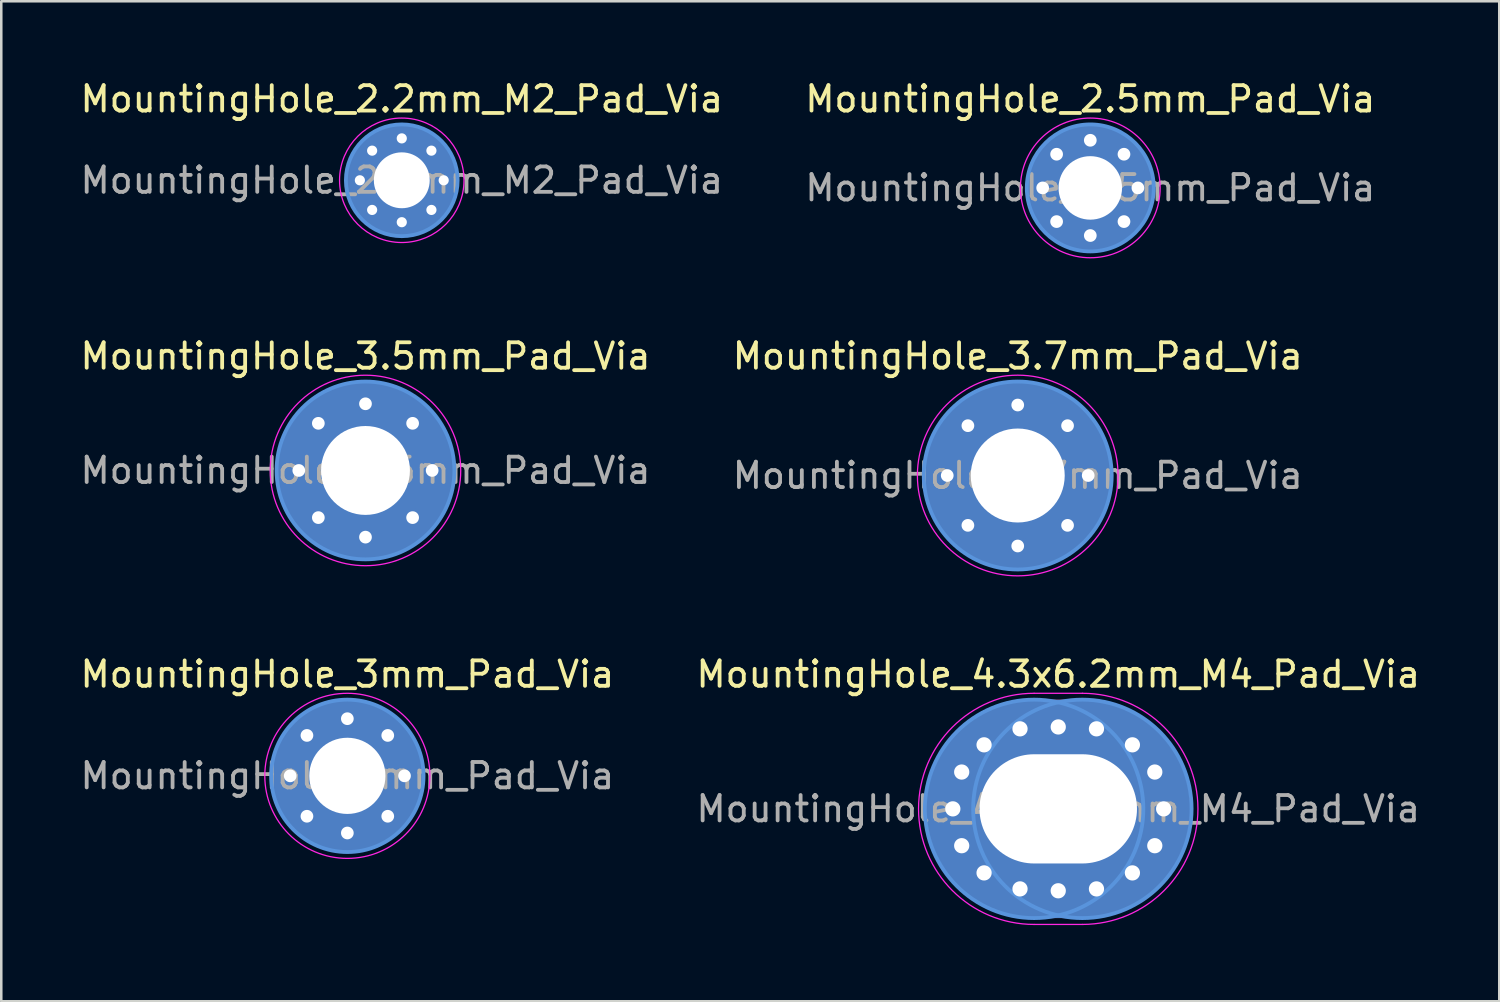
<source format=kicad_pcb>
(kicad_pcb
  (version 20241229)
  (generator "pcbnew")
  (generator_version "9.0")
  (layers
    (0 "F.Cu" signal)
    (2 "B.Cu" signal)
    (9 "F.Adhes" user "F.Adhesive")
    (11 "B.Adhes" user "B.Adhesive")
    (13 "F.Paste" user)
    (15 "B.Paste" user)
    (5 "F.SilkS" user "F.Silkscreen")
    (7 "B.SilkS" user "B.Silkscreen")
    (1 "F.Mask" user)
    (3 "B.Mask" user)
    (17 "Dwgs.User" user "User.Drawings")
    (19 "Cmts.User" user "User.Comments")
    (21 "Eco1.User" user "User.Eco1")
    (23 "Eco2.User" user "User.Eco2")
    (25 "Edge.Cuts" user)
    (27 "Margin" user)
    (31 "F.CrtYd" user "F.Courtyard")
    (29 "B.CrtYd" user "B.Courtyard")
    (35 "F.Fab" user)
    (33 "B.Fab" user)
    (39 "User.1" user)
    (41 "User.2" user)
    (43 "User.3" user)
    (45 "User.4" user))
  (footprint "MountingHole_3.5mm_Pad_Via"
    (layer "F.Cu")
    (at 11.339 15.472)
    (property "Reference" "MountingHole_3.5mm_Pad_Via" (at 0 -4.5 0) (layer "F.SilkS") (effects (font (size 1 1) (thickness 0.15))))
    (property "Mouser link" "" (at 0 0 0) (layer "F.Fab") (effects (font (size 1.27 1.27) (thickness 0.15))))
    (property "Mouser Part no." "" (at 0 0 0) (layer "F.Fab") (effects (font (size 1.27 1.27) (thickness 0.15))))
    (attr exclude_from_pos_files exclude_from_bom)
    (fp_circle (center 0 0) (end 3.5 0) (stroke (width 0.15) (type solid)) (fill no) (layer "Cmts.User"))
    (fp_circle (center 0 0) (end 3.75 0) (stroke (width 0.05) (type solid)) (fill no) (layer "F.CrtYd"))
    (fp_text user "${REFERENCE}" (at 0 0 0) (layer "F.Fab") (effects (font (size 1 1) (thickness 0.15))))
    (pad "1" thru_hole circle (at -2.625 0) (size 0.8 0.8) (drill 0.5) (layers "*.Cu" "*.Mask"))
    (pad "1" thru_hole circle (at -1.856 -1.856) (size 0.8 0.8) (drill 0.5) (layers "*.Cu" "*.Mask"))
    (pad "1" thru_hole circle (at -1.856 1.856) (size 0.8 0.8) (drill 0.5) (layers "*.Cu" "*.Mask"))
    (pad "1" thru_hole circle (at 0 -2.625) (size 0.8 0.8) (drill 0.5) (layers "*.Cu" "*.Mask"))
    (pad "1" thru_hole circle (at 0 0) (size 7 7) (drill 3.5) (layers "*.Cu" "*.Mask"))
    (pad "1" thru_hole circle (at 0 2.625) (size 0.8 0.8) (drill 0.5) (layers "*.Cu" "*.Mask"))
    (pad "1" thru_hole circle (at 1.856 -1.856) (size 0.8 0.8) (drill 0.5) (layers "*.Cu" "*.Mask"))
    (pad "1" thru_hole circle (at 1.856 1.856) (size 0.8 0.8) (drill 0.5) (layers "*.Cu" "*.Mask"))
    (pad "1" thru_hole circle (at 2.625 0) (size 0.8 0.8) (drill 0.5) (layers "*.Cu" "*.Mask")))
  (footprint "MountingHole_2.2mm_M2_Pad_Via"
    (layer "F.Cu")
    (at 12.768 4.048)
    (property "Reference" "MountingHole_2.2mm_M2_Pad_Via" (at 0 -3.2 0) (layer "F.SilkS") (effects (font (size 1 1) (thickness 0.15))))
    (property "Mouser link" "" (at 0 0 0) (layer "F.Fab") (effects (font (size 1.27 1.27) (thickness 0.15))))
    (property "Mouser Part no." "" (at 0 0 0) (layer "F.Fab") (effects (font (size 1.27 1.27) (thickness 0.15))))
    (attr exclude_from_pos_files exclude_from_bom)
    (fp_circle (center 0 0) (end 2.2 0) (stroke (width 0.15) (type solid)) (fill no) (layer "Cmts.User"))
    (fp_circle (center 0 0) (end 2.45 0) (stroke (width 0.05) (type solid)) (fill no) (layer "F.CrtYd"))
    (fp_text user "${REFERENCE}" (at 0 0 0) (layer "F.Fab") (effects (font (size 1 1) (thickness 0.15))))
    (pad "1" thru_hole circle (at -1.65 0) (size 0.7 0.7) (drill 0.4) (layers "*.Cu" "*.Mask"))
    (pad "1" thru_hole circle (at -1.167 -1.167) (size 0.7 0.7) (drill 0.4) (layers "*.Cu" "*.Mask"))
    (pad "1" thru_hole circle (at -1.167 1.167) (size 0.7 0.7) (drill 0.4) (layers "*.Cu" "*.Mask"))
    (pad "1" thru_hole circle (at 0 -1.65) (size 0.7 0.7) (drill 0.4) (layers "*.Cu" "*.Mask"))
    (pad "1" thru_hole circle (at 0 0) (size 4.4 4.4) (drill 2.2) (layers "*.Cu" "*.Mask"))
    (pad "1" thru_hole circle (at 0 1.65) (size 0.7 0.7) (drill 0.4) (layers "*.Cu" "*.Mask"))
    (pad "1" thru_hole circle (at 1.167 -1.167) (size 0.7 0.7) (drill 0.4) (layers "*.Cu" "*.Mask"))
    (pad "1" thru_hole circle (at 1.167 1.167) (size 0.7 0.7) (drill 0.4) (layers "*.Cu" "*.Mask"))
    (pad "1" thru_hole circle (at 1.65 0) (size 0.7 0.7) (drill 0.4) (layers "*.Cu" "*.Mask")))
  (footprint "MountingHole_4.3x6.2mm_M4_Pad_Via"
    (layer "F.Cu")
    (at 38.613 28.795)
    (property "Reference" "MountingHole_4.3x6.2mm_M4_Pad_Via" (at 0 -5.3 0) (layer "F.SilkS") (effects (font (size 1 1) (thickness 0.15))))
    (property "Mouser link" "" (at 0 0 0) (layer "F.Fab") (effects (font (size 1.27 1.27) (thickness 0.15))))
    (property "Mouser Part no." "" (at 0 0 0) (layer "F.Fab") (effects (font (size 1.27 1.27) (thickness 0.15))))
    (attr exclude_from_pos_files exclude_from_bom)
    (fp_circle (center -0.95 0) (end 3.35 0) (stroke (width 0.15) (type solid)) (fill no) (layer "Cmts.User"))
    (fp_circle (center 0.95 0) (end 5.25 0) (stroke (width 0.15) (type solid)) (fill no) (layer "Cmts.User"))
    (fp_line (start -0.95 -4.55) (end 0.95 -4.55) (stroke (width 0.05) (type solid)) (layer "F.CrtYd"))
    (fp_line (start 0.95 4.55) (end -0.95 4.55) (stroke (width 0.05) (type solid)) (layer "F.CrtYd"))
    (fp_arc (start -0.95 4.55) (mid -5.5 0) (end -0.95 -4.55) (stroke (width 0.05) (type solid)) (layer "F.CrtYd"))
    (fp_arc (start 0.95 -4.55) (mid 5.5 0) (end 0.95 4.55) (stroke (width 0.05) (type solid)) (layer "F.CrtYd"))
    (fp_text user "${REFERENCE}" (at 0 0 0) (layer "F.Fab") (effects (font (size 1 1) (thickness 0.15))))
    (pad "1" thru_hole circle (at -4.15 0) (size 0.9 0.9) (drill 0.6) (layers "*.Cu" "*.Mask"))
    (pad "1" thru_hole circle (at -3.801 -1.45) (size 0.9 0.9) (drill 0.6) (layers "*.Cu" "*.Mask"))
    (pad "1" thru_hole circle (at -3.801 1.45) (size 0.9 0.9) (drill 0.6) (layers "*.Cu" "*.Mask"))
    (pad "1" thru_hole circle (at -2.92 -2.521) (size 0.9 0.9) (drill 0.6) (layers "*.Cu" "*.Mask"))
    (pad "1" thru_hole circle (at -2.92 2.521) (size 0.9 0.9) (drill 0.6) (layers "*.Cu" "*.Mask"))
    (pad "1" thru_hole circle (at -1.505 -3.151) (size 0.9 0.9) (drill 0.6) (layers "*.Cu" "*.Mask"))
    (pad "1" thru_hole circle (at -1.505 3.151) (size 0.9 0.9) (drill 0.6) (layers "*.Cu" "*.Mask"))
    (pad "1" thru_hole circle (at 0 -3.225) (size 0.9 0.9) (drill 0.6) (layers "*.Cu" "*.Mask"))
    (pad "1" thru_hole oval (at 0 0) (size 10.4 8.6) (drill oval 6.2 4.3) (layers "*.Cu" "*.Mask"))
    (pad "1" thru_hole circle (at 0 3.225) (size 0.9 0.9) (drill 0.6) (layers "*.Cu" "*.Mask"))
    (pad "1" thru_hole circle (at 1.505 -3.151) (size 0.9 0.9) (drill 0.6) (layers "*.Cu" "*.Mask"))
    (pad "1" thru_hole circle (at 1.505 3.151) (size 0.9 0.9) (drill 0.6) (layers "*.Cu" "*.Mask"))
    (pad "1" thru_hole circle (at 2.92 -2.521) (size 0.9 0.9) (drill 0.6) (layers "*.Cu" "*.Mask"))
    (pad "1" thru_hole circle (at 2.92 2.521) (size 0.9 0.9) (drill 0.6) (layers "*.Cu" "*.Mask"))
    (pad "1" thru_hole circle (at 3.801 -1.45) (size 0.9 0.9) (drill 0.6) (layers "*.Cu" "*.Mask"))
    (pad "1" thru_hole circle (at 3.801 1.45) (size 0.9 0.9) (drill 0.6) (layers "*.Cu" "*.Mask"))
    (pad "1" thru_hole circle (at 4.15 0) (size 0.9 0.9) (drill 0.6) (layers "*.Cu" "*.Mask")))
  (footprint "MountingHole_2.5mm_Pad_Via"
    (layer "F.Cu")
    (at 39.875 4.348)
    (property "Reference" "MountingHole_2.5mm_Pad_Via" (at 0 -3.5 0) (layer "F.SilkS") (effects (font (size 1 1) (thickness 0.15))))
    (property "Mouser link" "" (at 0 0 0) (layer "F.Fab") (effects (font (size 1.27 1.27) (thickness 0.15))))
    (property "Mouser Part no." "" (at 0 0 0) (layer "F.Fab") (effects (font (size 1.27 1.27) (thickness 0.15))))
    (attr exclude_from_pos_files exclude_from_bom)
    (fp_circle (center 0 0) (end 2.5 0) (stroke (width 0.15) (type solid)) (fill no) (layer "Cmts.User"))
    (fp_circle (center 0 0) (end 2.75 0) (stroke (width 0.05) (type solid)) (fill no) (layer "F.CrtYd"))
    (fp_text user "${REFERENCE}" (at 0 0 0) (layer "F.Fab") (effects (font (size 1 1) (thickness 0.15))))
    (pad "1" thru_hole circle (at -1.875 0) (size 0.8 0.8) (drill 0.5) (layers "*.Cu" "*.Mask"))
    (pad "1" thru_hole circle (at -1.326 -1.326) (size 0.8 0.8) (drill 0.5) (layers "*.Cu" "*.Mask"))
    (pad "1" thru_hole circle (at -1.326 1.326) (size 0.8 0.8) (drill 0.5) (layers "*.Cu" "*.Mask"))
    (pad "1" thru_hole circle (at 0 -1.875) (size 0.8 0.8) (drill 0.5) (layers "*.Cu" "*.Mask"))
    (pad "1" thru_hole circle (at 0 0) (size 5 5) (drill 2.5) (layers "*.Cu" "*.Mask"))
    (pad "1" thru_hole circle (at 0 1.875) (size 0.8 0.8) (drill 0.5) (layers "*.Cu" "*.Mask"))
    (pad "1" thru_hole circle (at 1.326 -1.326) (size 0.8 0.8) (drill 0.5) (layers "*.Cu" "*.Mask"))
    (pad "1" thru_hole circle (at 1.326 1.326) (size 0.8 0.8) (drill 0.5) (layers "*.Cu" "*.Mask"))
    (pad "1" thru_hole circle (at 1.875 0) (size 0.8 0.8) (drill 0.5) (layers "*.Cu" "*.Mask")))
  (footprint "MountingHole_3mm_Pad_Via"
    (layer "F.Cu")
    (at 10.625 27.495)
    (property "Reference" "MountingHole_3mm_Pad_Via" (at 0 -4 0) (layer "F.SilkS") (effects (font (size 1 1) (thickness 0.15))))
    (property "Mouser link" "" (at 0 0 0) (layer "F.Fab") (effects (font (size 1.27 1.27) (thickness 0.15))))
    (property "Mouser Part no." "" (at 0 0 0) (layer "F.Fab") (effects (font (size 1.27 1.27) (thickness 0.15))))
    (attr exclude_from_pos_files exclude_from_bom)
    (fp_circle (center 0 0) (end 3 0) (stroke (width 0.15) (type solid)) (fill no) (layer "Cmts.User"))
    (fp_circle (center 0 0) (end 3.25 0) (stroke (width 0.05) (type solid)) (fill no) (layer "F.CrtYd"))
    (fp_text user "${REFERENCE}" (at 0 0 0) (layer "F.Fab") (effects (font (size 1 1) (thickness 0.15))))
    (pad "1" thru_hole circle (at -2.25 0) (size 0.8 0.8) (drill 0.5) (layers "*.Cu" "*.Mask"))
    (pad "1" thru_hole circle (at -1.591 -1.591) (size 0.8 0.8) (drill 0.5) (layers "*.Cu" "*.Mask"))
    (pad "1" thru_hole circle (at -1.591 1.591) (size 0.8 0.8) (drill 0.5) (layers "*.Cu" "*.Mask"))
    (pad "1" thru_hole circle (at 0 -2.25) (size 0.8 0.8) (drill 0.5) (layers "*.Cu" "*.Mask"))
    (pad "1" thru_hole circle (at 0 0) (size 6 6) (drill 3) (layers "*.Cu" "*.Mask"))
    (pad "1" thru_hole circle (at 0 2.25) (size 0.8 0.8) (drill 0.5) (layers "*.Cu" "*.Mask"))
    (pad "1" thru_hole circle (at 1.591 -1.591) (size 0.8 0.8) (drill 0.5) (layers "*.Cu" "*.Mask"))
    (pad "1" thru_hole circle (at 1.591 1.591) (size 0.8 0.8) (drill 0.5) (layers "*.Cu" "*.Mask"))
    (pad "1" thru_hole circle (at 2.25 0) (size 0.8 0.8) (drill 0.5) (layers "*.Cu" "*.Mask")))
  (footprint "MountingHole_3.7mm_Pad_Via"
    (layer "F.Cu")
    (at 37.018 15.671)
    (property "Reference" "MountingHole_3.7mm_Pad_Via" (at 0 -4.7 0) (layer "F.SilkS") (effects (font (size 1 1) (thickness 0.15))))
    (property "Mouser link" "" (at 0 0 0) (layer "F.Fab") (effects (font (size 1.27 1.27) (thickness 0.15))))
    (property "Mouser Part no." "" (at 0 0 0) (layer "F.Fab") (effects (font (size 1.27 1.27) (thickness 0.15))))
    (attr exclude_from_pos_files exclude_from_bom)
    (fp_circle (center 0 0) (end 3.7 0) (stroke (width 0.15) (type solid)) (fill no) (layer "Cmts.User"))
    (fp_circle (center 0 0) (end 3.95 0) (stroke (width 0.05) (type solid)) (fill no) (layer "F.CrtYd"))
    (fp_text user "${REFERENCE}" (at 0 0 0) (layer "F.Fab") (effects (font (size 1 1) (thickness 0.15))))
    (pad "1" thru_hole circle (at -2.775 0) (size 0.8 0.8) (drill 0.5) (layers "*.Cu" "*.Mask"))
    (pad "1" thru_hole circle (at -1.962 -1.962) (size 0.8 0.8) (drill 0.5) (layers "*.Cu" "*.Mask"))
    (pad "1" thru_hole circle (at -1.962 1.962) (size 0.8 0.8) (drill 0.5) (layers "*.Cu" "*.Mask"))
    (pad "1" thru_hole circle (at 0 -2.775) (size 0.8 0.8) (drill 0.5) (layers "*.Cu" "*.Mask"))
    (pad "1" thru_hole circle (at 0 0) (size 7.4 7.4) (drill 3.7) (layers "*.Cu" "*.Mask"))
    (pad "1" thru_hole circle (at 0 2.775) (size 0.8 0.8) (drill 0.5) (layers "*.Cu" "*.Mask"))
    (pad "1" thru_hole circle (at 1.962 -1.962) (size 0.8 0.8) (drill 0.5) (layers "*.Cu" "*.Mask"))
    (pad "1" thru_hole circle (at 1.962 1.962) (size 0.8 0.8) (drill 0.5) (layers "*.Cu" "*.Mask"))
    (pad "1" thru_hole circle (at 2.775 0) (size 0.8 0.8) (drill 0.5) (layers "*.Cu" "*.Mask")))
  (gr_rect
    (start -3 -3)
    (end 55.976 36.37)
    (stroke (width 0.1) (type default))
    (fill no)
    (layer "Edge.Cuts")))
</source>
